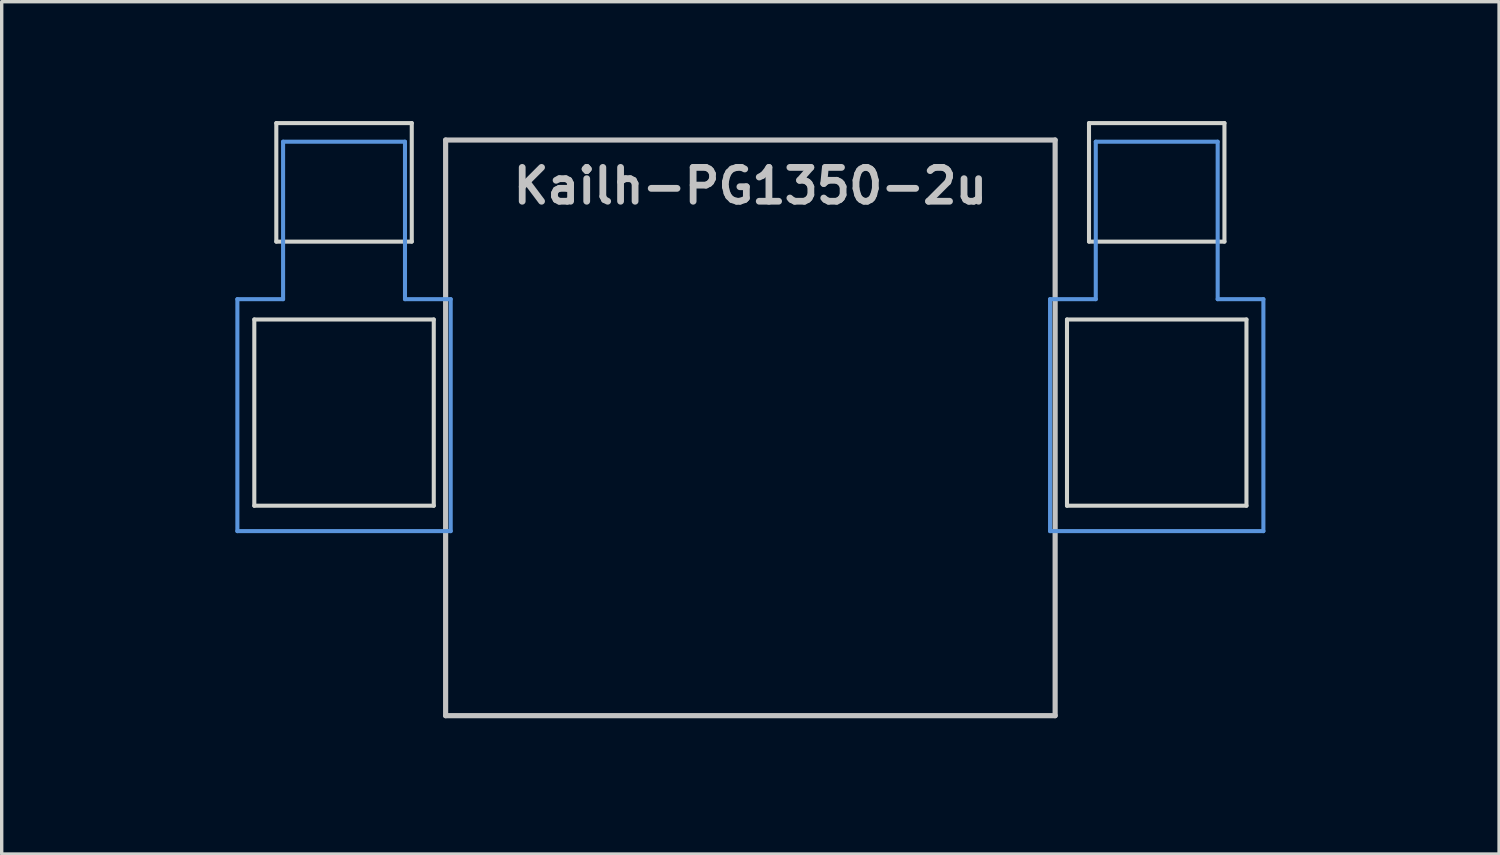
<source format=kicad_pcb>
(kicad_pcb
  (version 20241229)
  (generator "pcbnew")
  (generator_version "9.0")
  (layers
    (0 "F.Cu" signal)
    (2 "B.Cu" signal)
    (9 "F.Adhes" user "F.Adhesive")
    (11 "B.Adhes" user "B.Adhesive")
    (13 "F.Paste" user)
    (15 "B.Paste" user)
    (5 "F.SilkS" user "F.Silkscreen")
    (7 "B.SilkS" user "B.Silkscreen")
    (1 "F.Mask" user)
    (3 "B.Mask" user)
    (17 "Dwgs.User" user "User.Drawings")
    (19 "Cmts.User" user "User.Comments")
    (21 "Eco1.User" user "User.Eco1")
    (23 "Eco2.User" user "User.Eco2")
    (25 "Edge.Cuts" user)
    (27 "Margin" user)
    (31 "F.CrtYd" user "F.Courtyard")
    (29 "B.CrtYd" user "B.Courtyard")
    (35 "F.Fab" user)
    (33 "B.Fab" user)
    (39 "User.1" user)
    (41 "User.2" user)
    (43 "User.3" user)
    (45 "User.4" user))
  (footprint "Kailh-PG1350-2u"
    (layer "F.Cu")
    (at 19.11 9.585)
    (property "Reference" "Kailh-PG1350-2u" (at 0 -7.144 180) (layer "Dwgs.User") (effects (font (size 1 1) (thickness 0.2))))
    (attr through_hole)
    (fp_line (start -9 -8.5) (end 9 -8.5) (stroke (width 0.152) (type solid)) (layer "Dwgs.User"))
    (fp_line (start -9 8.5) (end -9 -8.5) (stroke (width 0.152) (type solid)) (layer "Dwgs.User"))
    (fp_line (start 9 -8.5) (end 9 8.5) (stroke (width 0.152) (type solid)) (layer "Dwgs.User"))
    (fp_line (start 9 8.5) (end -9 8.5) (stroke (width 0.152) (type solid)) (layer "Dwgs.User"))
    (fp_line (start -15.15 -3.8) (end -13.8 -3.8) (stroke (width 0.12) (type solid)) (layer "Cmts.User"))
    (fp_line (start -15.15 3.05) (end -15.15 -3.8) (stroke (width 0.12) (type solid)) (layer "Cmts.User"))
    (fp_line (start -15.15 3.05) (end -8.85 3.05) (stroke (width 0.12) (type solid)) (layer "Cmts.User"))
    (fp_line (start -13.8 -8.45) (end -13.8 -3.8) (stroke (width 0.12) (type solid)) (layer "Cmts.User"))
    (fp_line (start -13.8 -8.45) (end -10.2 -8.45) (stroke (width 0.12) (type solid)) (layer "Cmts.User"))
    (fp_line (start -10.2 -8.45) (end -10.2 -3.8) (stroke (width 0.12) (type solid)) (layer "Cmts.User"))
    (fp_line (start -10.2 -3.8) (end -8.85 -3.8) (stroke (width 0.12) (type solid)) (layer "Cmts.User"))
    (fp_line (start -8.85 3.05) (end -8.85 -3.8) (stroke (width 0.12) (type solid)) (layer "Cmts.User"))
    (fp_line (start 8.85 -3.8) (end 10.2 -3.8) (stroke (width 0.12) (type solid)) (layer "Cmts.User"))
    (fp_line (start 8.85 3.05) (end 8.85 -3.8) (stroke (width 0.12) (type solid)) (layer "Cmts.User"))
    (fp_line (start 8.85 3.05) (end 15.15 3.05) (stroke (width 0.12) (type solid)) (layer "Cmts.User"))
    (fp_line (start 10.2 -8.45) (end 10.2 -3.8) (stroke (width 0.12) (type solid)) (layer "Cmts.User"))
    (fp_line (start 10.2 -8.45) (end 13.8 -8.45) (stroke (width 0.12) (type solid)) (layer "Cmts.User"))
    (fp_line (start 13.8 -8.45) (end 13.8 -3.8) (stroke (width 0.12) (type solid)) (layer "Cmts.User"))
    (fp_line (start 13.8 -3.8) (end 15.15 -3.8) (stroke (width 0.12) (type solid)) (layer "Cmts.User"))
    (fp_line (start 15.15 3.05) (end 15.15 -3.8) (stroke (width 0.12) (type solid)) (layer "Cmts.User"))
    (fp_line (start -19.05 -9.525) (end -19.05 9.525) (stroke (width 0.12) (type solid)) (layer "Eco1.User"))
    (fp_line (start -19.05 -9.525) (end 19.05 -9.525) (stroke (width 0.12) (type solid)) (layer "Eco1.User"))
    (fp_line (start -19.05 9.525) (end 19.05 9.525) (stroke (width 0.12) (type solid)) (layer "Eco1.User"))
    (fp_line (start 19.05 -9.525) (end 19.05 9.525) (stroke (width 0.12) (type solid)) (layer "Eco1.User"))
    (fp_line (start -14.65 -3.2) (end -14.65 2.3) (stroke (width 0.12) (type solid)) (layer "Edge.Cuts"))
    (fp_line (start -14.65 -3.2) (end -9.35 -3.2) (stroke (width 0.12) (type solid)) (layer "Edge.Cuts"))
    (fp_line (start -14.65 2.3) (end -9.35 2.3) (stroke (width 0.12) (type solid)) (layer "Edge.Cuts"))
    (fp_line (start -14 -9) (end -14 -5.5) (stroke (width 0.12) (type solid)) (layer "Edge.Cuts"))
    (fp_line (start -14 -9) (end -10 -9) (stroke (width 0.12) (type solid)) (layer "Edge.Cuts"))
    (fp_line (start -14 -5.5) (end -10 -5.5) (stroke (width 0.12) (type solid)) (layer "Edge.Cuts"))
    (fp_line (start -10 -5.5) (end -10 -9) (stroke (width 0.12) (type solid)) (layer "Edge.Cuts"))
    (fp_line (start -9.35 2.3) (end -9.35 -3.2) (stroke (width 0.12) (type solid)) (layer "Edge.Cuts"))
    (fp_line (start 9.35 -3.2) (end 9.35 2.3) (stroke (width 0.12) (type solid)) (layer "Edge.Cuts"))
    (fp_line (start 9.35 -3.2) (end 14.65 -3.2) (stroke (width 0.12) (type solid)) (layer "Edge.Cuts"))
    (fp_line (start 9.35 2.3) (end 14.65 2.3) (stroke (width 0.12) (type solid)) (layer "Edge.Cuts"))
    (fp_line (start 10 -9) (end 10 -5.5) (stroke (width 0.12) (type solid)) (layer "Edge.Cuts"))
    (fp_line (start 10 -9) (end 14 -9) (stroke (width 0.12) (type solid)) (layer "Edge.Cuts"))
    (fp_line (start 10 -5.5) (end 14 -5.5) (stroke (width 0.12) (type solid)) (layer "Edge.Cuts"))
    (fp_line (start 14 -5.5) (end 14 -9) (stroke (width 0.12) (type solid)) (layer "Edge.Cuts"))
    (fp_line (start 14.65 2.3) (end 14.65 -3.2) (stroke (width 0.12) (type solid)) (layer "Edge.Cuts")))
  (gr_rect
    (start -3 -3)
    (end 41.22 22.17)
    (stroke (width 0.1) (type default))
    (fill no)
    (layer "Edge.Cuts")))
</source>
